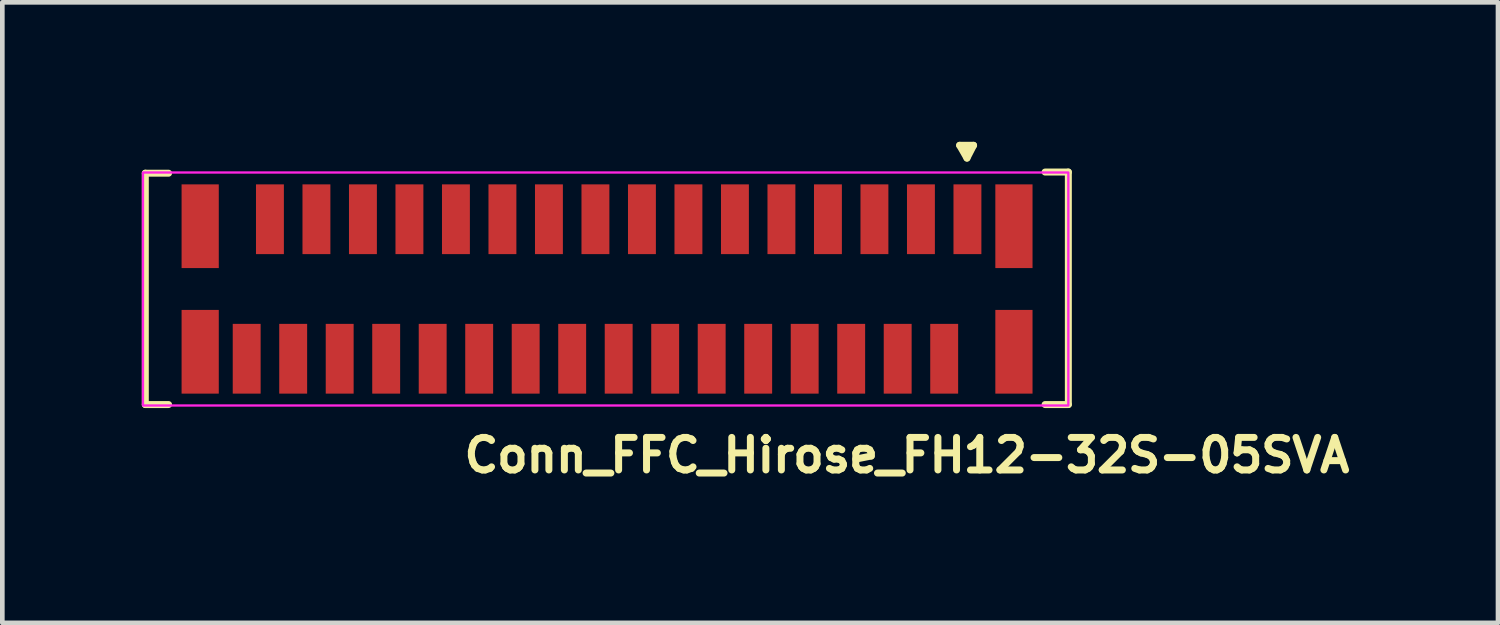
<source format=kicad_pcb>
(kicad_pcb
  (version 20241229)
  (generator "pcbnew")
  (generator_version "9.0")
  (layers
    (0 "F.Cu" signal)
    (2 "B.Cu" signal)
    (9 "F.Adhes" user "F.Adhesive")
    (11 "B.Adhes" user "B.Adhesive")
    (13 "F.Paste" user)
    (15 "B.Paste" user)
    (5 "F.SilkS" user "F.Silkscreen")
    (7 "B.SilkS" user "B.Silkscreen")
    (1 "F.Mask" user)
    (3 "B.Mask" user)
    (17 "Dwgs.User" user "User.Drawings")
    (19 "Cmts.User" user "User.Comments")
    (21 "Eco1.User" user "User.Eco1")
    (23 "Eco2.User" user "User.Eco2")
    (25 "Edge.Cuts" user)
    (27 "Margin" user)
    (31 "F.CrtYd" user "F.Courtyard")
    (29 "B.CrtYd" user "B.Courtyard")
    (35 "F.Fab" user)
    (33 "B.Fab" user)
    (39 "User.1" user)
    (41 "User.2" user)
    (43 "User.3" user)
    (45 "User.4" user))
  (footprint "Conn_FFC_Hirose_FH12-32S-05SVA"
    (layer "F.Cu")
    (at 9.975 3.15)
    (property "Reference" "Conn_FFC_Hirose_FH12-32S-05SVA" (at -3.12 4 0) (layer "F.SilkS") (effects (font (size 0.7 0.7) (thickness 0.15)) (justify left bottom)))
    (attr smd)
    (fp_line (start -9.9 -2.475) (end -9.9 2.5) (stroke (width 0.15) (type solid)) (layer "F.SilkS"))
    (fp_line (start -9.9 -2.475) (end -9.4 -2.475) (stroke (width 0.15) (type solid)) (layer "F.SilkS"))
    (fp_line (start -9.9 2.5) (end -9.4 2.5) (stroke (width 0.15) (type solid)) (layer "F.SilkS"))
    (fp_line (start 7.612 -3.075) (end 7.77 -2.8) (stroke (width 0.15) (type solid)) (layer "F.SilkS"))
    (fp_line (start 7.82 -2.975) (end 7.72 -2.975) (stroke (width 0.15) (type solid)) (layer "F.SilkS"))
    (fp_line (start 7.912 -3.075) (end 7.612 -3.075) (stroke (width 0.15) (type solid)) (layer "F.SilkS"))
    (fp_line (start 7.912 -3.075) (end 7.77 -2.8) (stroke (width 0.15) (type solid)) (layer "F.SilkS"))
    (fp_line (start 9.95 -2.5) (end 9.45 -2.5) (stroke (width 0.15) (type solid)) (layer "F.SilkS"))
    (fp_line (start 9.95 2.5) (end 9.45 2.5) (stroke (width 0.15) (type solid)) (layer "F.SilkS"))
    (fp_line (start 9.95 2.5) (end 9.95 -2.5) (stroke (width 0.15) (type solid)) (layer "F.SilkS"))
    (fp_circle (center 7.77 -2.975) (end 7.82 -2.975) (stroke (width 0.15) (type solid)) (fill yes) (layer "F.SilkS"))
    (fp_rect (start -9.95 -2.49) (end 9.95 2.52) (stroke (width 0.05) (type solid)) (fill no) (layer "F.CrtYd"))
    (fp_rect (start -9.7 -1.9) (end 9.7 1.9) (stroke (width 0.1) (type solid)) (fill no) (layer "User.5"))
    (fp_line (start -9.7 -1.25) (end -9.7 0.7) (stroke (width 0.02) (type solid)) (layer "User.9"))
    (fp_line (start -9.7 -1.25) (end -9.15 -1.25) (stroke (width 0.02) (type solid)) (layer "User.9"))
    (fp_line (start -9.7 0.7) (end -9.4 0.7) (stroke (width 0.02) (type solid)) (layer "User.9"))
    (fp_line (start -9.6 0.7) (end -9.6 1) (stroke (width 0.02) (type solid)) (layer "User.9"))
    (fp_line (start -9.4 -1) (end -9.15 -1) (stroke (width 0.02) (type solid)) (layer "User.9"))
    (fp_line (start -9.4 0.7) (end -9.4 -1) (stroke (width 0.02) (type solid)) (layer "User.9"))
    (fp_line (start -9.15 -1.25) (end -9.15 -1) (stroke (width 0.02) (type solid)) (layer "User.9"))
    (fp_line (start -9.15 -1.25) (end -9.1 -1.25) (stroke (width 0.02) (type solid)) (layer "User.9"))
    (fp_line (start -9.15 -1) (end -9.1 -1) (stroke (width 0.02) (type solid)) (layer "User.9"))
    (fp_line (start -9.1 -1.497) (end -8.95 -1.497) (stroke (width 0.02) (type solid)) (layer "User.9"))
    (fp_line (start -9.1 -1.416) (end -9.1 -1.497) (stroke (width 0.02) (type solid)) (layer "User.9"))
    (fp_line (start -9.1 -1.416) (end -9.1 -0.714) (stroke (width 0.02) (type solid)) (layer "User.9"))
    (fp_line (start -9.1 -0.714) (end -8.95 -0.065) (stroke (width 0.02) (type solid)) (layer "User.9"))
    (fp_line (start -9.1 -0.065) (end -9.1 -0.714) (stroke (width 0.02) (type solid)) (layer "User.9"))
    (fp_line (start -9.1 -0.065) (end -9.1 0.169) (stroke (width 0.02) (type solid)) (layer "User.9"))
    (fp_line (start -9.1 0.207) (end -9.1 0.169) (stroke (width 0.02) (type solid)) (layer "User.9"))
    (fp_line (start -9.1 0.207) (end -8.64 0.207) (stroke (width 0.02) (type solid)) (layer "User.9"))
    (fp_line (start -9.1 0.7) (end -9.4 0.7) (stroke (width 0.02) (type solid)) (layer "User.9"))
    (fp_line (start -9.1 0.7) (end -9.1 0.207) (stroke (width 0.02) (type solid)) (layer "User.9"))
    (fp_line (start -9.1 0.7) (end -8.86 0.7) (stroke (width 0.02) (type solid)) (layer "User.9"))
    (fp_line (start -8.95 -1.369) (end -8.95 -1.693) (stroke (width 0.02) (type solid)) (layer "User.9"))
    (fp_line (start -8.95 -1.09) (end -8.95 -1.369) (stroke (width 0.02) (type solid)) (layer "User.9"))
    (fp_line (start -8.95 -1.09) (end -8.95 -0.768) (stroke (width 0.02) (type solid)) (layer "User.9"))
    (fp_line (start -8.95 -0.768) (end -9.1 -1.416) (stroke (width 0.02) (type solid)) (layer "User.9"))
    (fp_line (start -8.95 -0.065) (end -9.1 -0.065) (stroke (width 0.02) (type solid)) (layer "User.9"))
    (fp_line (start -8.95 -0.065) (end -8.95 -0.768) (stroke (width 0.02) (type solid)) (layer "User.9"))
    (fp_line (start -8.86 0.7) (end -8.86 0.207) (stroke (width 0.02) (type solid)) (layer "User.9"))
    (fp_line (start -8.85 -1.8) (end -8.85 -1.9) (stroke (width 0.02) (type solid)) (layer "User.9"))
    (fp_line (start -8.85 -1.8) (end -8.85 -1.693) (stroke (width 0.02) (type solid)) (layer "User.9"))
    (fp_line (start -8.85 0.207) (end -8.85 0.35) (stroke (width 0.02) (type solid)) (layer "User.9"))
    (fp_line (start -8.85 0.35) (end -8.85 0.45) (stroke (width 0.02) (type solid)) (layer "User.9"))
    (fp_line (start -8.85 0.45) (end -8.85 1.8) (stroke (width 0.02) (type solid)) (layer "User.9"))
    (fp_line (start -8.85 0.45) (end -8.64 0.45) (stroke (width 0.02) (type solid)) (layer "User.9"))
    (fp_line (start -8.85 1) (end -9.6 1) (stroke (width 0.02) (type solid)) (layer "User.9"))
    (fp_line (start -8.85 1.9) (end -8.85 1.8) (stroke (width 0.02) (type solid)) (layer "User.9"))
    (fp_line (start -8.64 -1.9) (end -8.85 -1.9) (stroke (width 0.02) (type solid)) (layer "User.9"))
    (fp_line (start -8.64 -1.8) (end -8.64 -1.9) (stroke (width 0.02) (type solid)) (layer "User.9"))
    (fp_line (start -8.64 -1.693) (end -8.64 -1.8) (stroke (width 0.02) (type solid)) (layer "User.9"))
    (fp_line (start -8.64 0.17) (end -8.64 0.178) (stroke (width 0.02) (type solid)) (layer "User.9"))
    (fp_line (start -8.64 1.25) (end -8.64 0.178) (stroke (width 0.02) (type solid)) (layer "User.9"))
    (fp_line (start -8.64 1.8) (end -8.64 1.25) (stroke (width 0.02) (type solid)) (layer "User.9"))
    (fp_line (start -8.64 1.9) (end -8.85 1.9) (stroke (width 0.02) (type solid)) (layer "User.9"))
    (fp_line (start -8.64 1.9) (end -8.64 1.8) (stroke (width 0.02) (type solid)) (layer "User.9"))
    (fp_line (start -8.635 0.175) (end -8.64 0.178) (stroke (width 0.02) (type solid)) (layer "User.9"))
    (fp_line (start -8.635 0.175) (end -8.54 0.27) (stroke (width 0.02) (type solid)) (layer "User.9"))
    (fp_line (start -8.635 0.175) (end -8.39 0.175) (stroke (width 0.02) (type solid)) (layer "User.9"))
    (fp_line (start -8.54 0.27) (end -8.54 1.25) (stroke (width 0.02) (type solid)) (layer "User.9"))
    (fp_line (start -8.54 1.25) (end -8.64 1.25) (stroke (width 0.02) (type solid)) (layer "User.9"))
    (fp_line (start -8.54 1.25) (end 8.54 1.25) (stroke (width 0.02) (type solid)) (layer "User.9"))
    (fp_line (start -8.485 0.27) (end -8.54 0.27) (stroke (width 0.02) (type solid)) (layer "User.9"))
    (fp_line (start -8.485 0.27) (end -8.485 0.8) (stroke (width 0.02) (type solid)) (layer "User.9"))
    (fp_line (start -8.39 0.175) (end -8.485 0.27) (stroke (width 0.02) (type solid)) (layer "User.9"))
    (fp_line (start -8.39 0.175) (end -8.384 0.179) (stroke (width 0.02) (type solid)) (layer "User.9"))
    (fp_line (start -8.384 0.179) (end -8.378 0.182) (stroke (width 0.02) (type solid)) (layer "User.9"))
    (fp_line (start -8.378 0.182) (end -8.372 0.185) (stroke (width 0.02) (type solid)) (layer "User.9"))
    (fp_line (start -8.372 0.185) (end -8.365 0.189) (stroke (width 0.02) (type solid)) (layer "User.9"))
    (fp_line (start -8.365 0.189) (end -8.359 0.191) (stroke (width 0.02) (type solid)) (layer "User.9"))
    (fp_line (start -8.359 0.191) (end -8.353 0.194) (stroke (width 0.02) (type solid)) (layer "User.9"))
    (fp_line (start -8.353 0.194) (end -8.346 0.196) (stroke (width 0.02) (type solid)) (layer "User.9"))
    (fp_line (start -8.346 0.196) (end -8.34 0.198) (stroke (width 0.02) (type solid)) (layer "User.9"))
    (fp_line (start -8.34 0.198) (end -8.333 0.2) (stroke (width 0.02) (type solid)) (layer "User.9"))
    (fp_line (start -8.333 0.2) (end -8.326 0.202) (stroke (width 0.02) (type solid)) (layer "User.9"))
    (fp_line (start -8.326 0.202) (end -8.32 0.203) (stroke (width 0.02) (type solid)) (layer "User.9"))
    (fp_line (start -8.32 0.203) (end -8.313 0.205) (stroke (width 0.02) (type solid)) (layer "User.9"))
    (fp_line (start -8.313 0.205) (end -8.306 0.206) (stroke (width 0.02) (type solid)) (layer "User.9"))
    (fp_line (start -8.306 0.206) (end -8.299 0.206) (stroke (width 0.02) (type solid)) (layer "User.9"))
    (fp_line (start -8.299 0.206) (end -8.292 0.207) (stroke (width 0.02) (type solid)) (layer "User.9"))
    (fp_line (start -8.292 0.207) (end -8.285 0.207) (stroke (width 0.02) (type solid)) (layer "User.9"))
    (fp_line (start -8.285 0.207) (end -8.25 0.207) (stroke (width 0.02) (type solid)) (layer "User.9"))
    (fp_line (start -8.285 0.8) (end -8.285 0.207) (stroke (width 0.02) (type solid)) (layer "User.9"))
    (fp_line (start -8.25 -1.094) (end -8.25 -1.369) (stroke (width 0.02) (type solid)) (layer "User.9"))
    (fp_line (start -8.25 -1.094) (end -8.25 -1.019) (stroke (width 0.02) (type solid)) (layer "User.9"))
    (fp_line (start -8.25 0.3) (end -8.25 -1.019) (stroke (width 0.02) (type solid)) (layer "User.9"))
    (fp_line (start -8.25 0.3) (end -8.25 0.3) (stroke (width 0.02) (type solid)) (layer "User.9"))
    (fp_line (start -8.1 -1.693) (end -8.95 -1.693) (stroke (width 0.02) (type solid)) (layer "User.9"))
    (fp_line (start -8.1 -1.531) (end -8.1 -1.693) (stroke (width 0.02) (type solid)) (layer "User.9"))
    (fp_line (start -7.95 -1.659) (end -8.1 -1.659) (stroke (width 0.02) (type solid)) (layer "User.9"))
    (fp_line (start -7.95 -1.531) (end -7.95 -1.659) (stroke (width 0.02) (type solid)) (layer "User.9"))
    (fp_line (start -7.825 1.25) (end -7.825 1.35) (stroke (width 0.02) (type solid)) (layer "User.9"))
    (fp_line (start -7.825 1.45) (end -7.825 1.35) (stroke (width 0.02) (type solid)) (layer "User.9"))
    (fp_line (start -7.825 1.45) (end -7.825 1.55) (stroke (width 0.02) (type solid)) (layer "User.9"))
    (fp_line (start -7.825 1.55) (end -7.825 1.75) (stroke (width 0.02) (type solid)) (layer "User.9"))
    (fp_line (start -7.675 1.25) (end -7.675 1.35) (stroke (width 0.02) (type solid)) (layer "User.9"))
    (fp_line (start -7.675 1.45) (end -7.825 1.45) (stroke (width 0.02) (type solid)) (layer "User.9"))
    (fp_line (start -7.675 1.45) (end -7.825 1.45) (stroke (width 0.02) (type solid)) (layer "User.9"))
    (fp_line (start -7.675 1.45) (end -7.675 1.35) (stroke (width 0.02) (type solid)) (layer "User.9"))
    (fp_line (start -7.675 1.45) (end -7.675 1.55) (stroke (width 0.02) (type solid)) (layer "User.9"))
    (fp_line (start -7.675 1.55) (end -7.675 1.75) (stroke (width 0.02) (type solid)) (layer "User.9"))
    (fp_line (start -7.675 1.75) (end -7.825 1.75) (stroke (width 0.02) (type solid)) (layer "User.9"))
    (fp_line (start -7.325 -1.75) (end -7.325 -1.55) (stroke (width 0.02) (type solid)) (layer "User.9"))
    (fp_line (start -7.325 -1.75) (end -7.175 -1.75) (stroke (width 0.02) (type solid)) (layer "User.9"))
    (fp_line (start -7.325 -1.55) (end -7.325 -1.531) (stroke (width 0.02) (type solid)) (layer "User.9"))
    (fp_line (start -7.175 -1.75) (end -7.175 -1.55) (stroke (width 0.02) (type solid)) (layer "User.9"))
    (fp_line (start -7.175 -1.55) (end -7.175 -1.531) (stroke (width 0.02) (type solid)) (layer "User.9"))
    (fp_line (start -6.825 1.25) (end -6.825 1.35) (stroke (width 0.02) (type solid)) (layer "User.9"))
    (fp_line (start -6.825 1.45) (end -6.825 1.35) (stroke (width 0.02) (type solid)) (layer "User.9"))
    (fp_line (start -6.825 1.45) (end -6.825 1.55) (stroke (width 0.02) (type solid)) (layer "User.9"))
    (fp_line (start -6.825 1.55) (end -6.825 1.75) (stroke (width 0.02) (type solid)) (layer "User.9"))
    (fp_line (start -6.675 1.25) (end -6.675 1.35) (stroke (width 0.02) (type solid)) (layer "User.9"))
    (fp_line (start -6.675 1.45) (end -6.825 1.45) (stroke (width 0.02) (type solid)) (layer "User.9"))
    (fp_line (start -6.675 1.45) (end -6.675 1.35) (stroke (width 0.02) (type solid)) (layer "User.9"))
    (fp_line (start -6.675 1.45) (end -6.675 1.55) (stroke (width 0.02) (type solid)) (layer "User.9"))
    (fp_line (start -6.675 1.55) (end -6.675 1.75) (stroke (width 0.02) (type solid)) (layer "User.9"))
    (fp_line (start -6.675 1.75) (end -6.825 1.75) (stroke (width 0.02) (type solid)) (layer "User.9"))
    (fp_line (start -6.325 -1.75) (end -6.325 -1.55) (stroke (width 0.02) (type solid)) (layer "User.9"))
    (fp_line (start -6.325 -1.75) (end -6.175 -1.75) (stroke (width 0.02) (type solid)) (layer "User.9"))
    (fp_line (start -6.325 -1.55) (end -6.325 -1.531) (stroke (width 0.02) (type solid)) (layer "User.9"))
    (fp_line (start -6.175 -1.75) (end -6.175 -1.55) (stroke (width 0.02) (type solid)) (layer "User.9"))
    (fp_line (start -6.175 -1.55) (end -6.175 -1.531) (stroke (width 0.02) (type solid)) (layer "User.9"))
    (fp_line (start -5.825 1.25) (end -5.825 1.35) (stroke (width 0.02) (type solid)) (layer "User.9"))
    (fp_line (start -5.825 1.45) (end -5.825 1.35) (stroke (width 0.02) (type solid)) (layer "User.9"))
    (fp_line (start -5.825 1.45) (end -5.825 1.55) (stroke (width 0.02) (type solid)) (layer "User.9"))
    (fp_line (start -5.825 1.55) (end -5.825 1.75) (stroke (width 0.02) (type solid)) (layer "User.9"))
    (fp_line (start -5.675 1.25) (end -5.675 1.35) (stroke (width 0.02) (type solid)) (layer "User.9"))
    (fp_line (start -5.675 1.45) (end -5.825 1.45) (stroke (width 0.02) (type solid)) (layer "User.9"))
    (fp_line (start -5.675 1.45) (end -5.675 1.35) (stroke (width 0.02) (type solid)) (layer "User.9"))
    (fp_line (start -5.675 1.45) (end -5.675 1.55) (stroke (width 0.02) (type solid)) (layer "User.9"))
    (fp_line (start -5.675 1.55) (end -5.675 1.75) (stroke (width 0.02) (type solid)) (layer "User.9"))
    (fp_line (start -5.675 1.75) (end -5.825 1.75) (stroke (width 0.02) (type solid)) (layer "User.9"))
    (fp_line (start -5.325 -1.75) (end -5.325 -1.55) (stroke (width 0.02) (type solid)) (layer "User.9"))
    (fp_line (start -5.325 -1.75) (end -5.175 -1.75) (stroke (width 0.02) (type solid)) (layer "User.9"))
    (fp_line (start -5.325 -1.55) (end -5.325 -1.531) (stroke (width 0.02) (type solid)) (layer "User.9"))
    (fp_line (start -5.175 -1.75) (end -5.175 -1.55) (stroke (width 0.02) (type solid)) (layer "User.9"))
    (fp_line (start -5.175 -1.55) (end -5.175 -1.531) (stroke (width 0.02) (type solid)) (layer "User.9"))
    (fp_line (start -4.825 1.25) (end -4.825 1.35) (stroke (width 0.02) (type solid)) (layer "User.9"))
    (fp_line (start -4.825 1.45) (end -4.825 1.35) (stroke (width 0.02) (type solid)) (layer "User.9"))
    (fp_line (start -4.825 1.45) (end -4.825 1.55) (stroke (width 0.02) (type solid)) (layer "User.9"))
    (fp_line (start -4.825 1.55) (end -4.825 1.75) (stroke (width 0.02) (type solid)) (layer "User.9"))
    (fp_line (start -4.675 1.25) (end -4.675 1.35) (stroke (width 0.02) (type solid)) (layer "User.9"))
    (fp_line (start -4.675 1.45) (end -4.825 1.45) (stroke (width 0.02) (type solid)) (layer "User.9"))
    (fp_line (start -4.675 1.45) (end -4.675 1.35) (stroke (width 0.02) (type solid)) (layer "User.9"))
    (fp_line (start -4.675 1.45) (end -4.675 1.55) (stroke (width 0.02) (type solid)) (layer "User.9"))
    (fp_line (start -4.675 1.55) (end -4.675 1.75) (stroke (width 0.02) (type solid)) (layer "User.9"))
    (fp_line (start -4.675 1.75) (end -4.825 1.75) (stroke (width 0.02) (type solid)) (layer "User.9"))
    (fp_line (start -4.325 -1.75) (end -4.175 -1.75) (stroke (width 0.02) (type solid)) (layer "User.9"))
    (fp_line (start -4.325 -1.55) (end -4.325 -1.75) (stroke (width 0.02) (type solid)) (layer "User.9"))
    (fp_line (start -4.325 -1.55) (end -4.325 -1.531) (stroke (width 0.02) (type solid)) (layer "User.9"))
    (fp_line (start -4.175 -1.75) (end -4.175 -1.55) (stroke (width 0.02) (type solid)) (layer "User.9"))
    (fp_line (start -4.175 -1.55) (end -4.175 -1.531) (stroke (width 0.02) (type solid)) (layer "User.9"))
    (fp_line (start -4 -1.678) (end -4 -1.521) (stroke (width 0.02) (type solid)) (layer "User.9"))
    (fp_line (start -4 -1.678) (end 4 -1.678) (stroke (width 0.02) (type solid)) (layer "User.9"))
    (fp_line (start -4 -1.531) (end -8.1 -1.531) (stroke (width 0.02) (type solid)) (layer "User.9"))
    (fp_line (start -4 -1.521) (end 4 -1.521) (stroke (width 0.02) (type solid)) (layer "User.9"))
    (fp_line (start -4 -1.094) (end -8.25 -1.094) (stroke (width 0.02) (type solid)) (layer "User.9"))
    (fp_line (start -4 -1.094) (end -4 -1.521) (stroke (width 0.02) (type solid)) (layer "User.9"))
    (fp_line (start -4 -1.019) (end -8.25 -1.019) (stroke (width 0.02) (type solid)) (layer "User.9"))
    (fp_line (start -4 0.2) (end -4 -1.019) (stroke (width 0.02) (type solid)) (layer "User.9"))
    (fp_line (start -4 0.2) (end -4 0.3) (stroke (width 0.02) (type solid)) (layer "User.9"))
    (fp_line (start -3.825 1.25) (end -3.825 1.35) (stroke (width 0.02) (type solid)) (layer "User.9"))
    (fp_line (start -3.825 1.45) (end -3.825 1.35) (stroke (width 0.02) (type solid)) (layer "User.9"))
    (fp_line (start -3.825 1.45) (end -3.825 1.55) (stroke (width 0.02) (type solid)) (layer "User.9"))
    (fp_line (start -3.825 1.55) (end -3.825 1.75) (stroke (width 0.02) (type solid)) (layer "User.9"))
    (fp_line (start -3.675 1.25) (end -3.675 1.35) (stroke (width 0.02) (type solid)) (layer "User.9"))
    (fp_line (start -3.675 1.45) (end -3.825 1.45) (stroke (width 0.02) (type solid)) (layer "User.9"))
    (fp_line (start -3.675 1.45) (end -3.675 1.35) (stroke (width 0.02) (type solid)) (layer "User.9"))
    (fp_line (start -3.675 1.45) (end -3.675 1.55) (stroke (width 0.02) (type solid)) (layer "User.9"))
    (fp_line (start -3.675 1.55) (end -3.675 1.75) (stroke (width 0.02) (type solid)) (layer "User.9"))
    (fp_line (start -3.675 1.75) (end -3.825 1.75) (stroke (width 0.02) (type solid)) (layer "User.9"))
    (fp_line (start -3.325 -1.75) (end -3.325 -1.678) (stroke (width 0.02) (type solid)) (layer "User.9"))
    (fp_line (start -3.325 -1.75) (end -3.175 -1.75) (stroke (width 0.02) (type solid)) (layer "User.9"))
    (fp_line (start -3.175 -1.75) (end -3.175 -1.678) (stroke (width 0.02) (type solid)) (layer "User.9"))
    (fp_line (start -2.825 1.25) (end -2.825 1.35) (stroke (width 0.02) (type solid)) (layer "User.9"))
    (fp_line (start -2.825 1.45) (end -2.825 1.35) (stroke (width 0.02) (type solid)) (layer "User.9"))
    (fp_line (start -2.825 1.45) (end -2.825 1.55) (stroke (width 0.02) (type solid)) (layer "User.9"))
    (fp_line (start -2.825 1.55) (end -2.825 1.75) (stroke (width 0.02) (type solid)) (layer "User.9"))
    (fp_line (start -2.675 1.25) (end -2.675 1.35) (stroke (width 0.02) (type solid)) (layer "User.9"))
    (fp_line (start -2.675 1.45) (end -2.825 1.45) (stroke (width 0.02) (type solid)) (layer "User.9"))
    (fp_line (start -2.675 1.45) (end -2.675 1.35) (stroke (width 0.02) (type solid)) (layer "User.9"))
    (fp_line (start -2.675 1.45) (end -2.675 1.55) (stroke (width 0.02) (type solid)) (layer "User.9"))
    (fp_line (start -2.675 1.55) (end -2.675 1.75) (stroke (width 0.02) (type solid)) (layer "User.9"))
    (fp_line (start -2.675 1.75) (end -2.825 1.75) (stroke (width 0.02) (type solid)) (layer "User.9"))
    (fp_line (start -2.325 -1.75) (end -2.325 -1.678) (stroke (width 0.02) (type solid)) (layer "User.9"))
    (fp_line (start -2.325 -1.75) (end -2.175 -1.75) (stroke (width 0.02) (type solid)) (layer "User.9"))
    (fp_line (start -2.175 -1.75) (end -2.175 -1.678) (stroke (width 0.02) (type solid)) (layer "User.9"))
    (fp_line (start -1.825 1.25) (end -1.825 1.35) (stroke (width 0.02) (type solid)) (layer "User.9"))
    (fp_line (start -1.825 1.45) (end -1.825 1.35) (stroke (width 0.02) (type solid)) (layer "User.9"))
    (fp_line (start -1.825 1.45) (end -1.825 1.55) (stroke (width 0.02) (type solid)) (layer "User.9"))
    (fp_line (start -1.825 1.55) (end -1.825 1.75) (stroke (width 0.02) (type solid)) (layer "User.9"))
    (fp_line (start -1.675 1.25) (end -1.675 1.35) (stroke (width 0.02) (type solid)) (layer "User.9"))
    (fp_line (start -1.675 1.45) (end -1.825 1.45) (stroke (width 0.02) (type solid)) (layer "User.9"))
    (fp_line (start -1.675 1.45) (end -1.825 1.45) (stroke (width 0.02) (type solid)) (layer "User.9"))
    (fp_line (start -1.675 1.45) (end -1.675 1.35) (stroke (width 0.02) (type solid)) (layer "User.9"))
    (fp_line (start -1.675 1.45) (end -1.675 1.55) (stroke (width 0.02) (type solid)) (layer "User.9"))
    (fp_line (start -1.675 1.55) (end -1.675 1.75) (stroke (width 0.02) (type solid)) (layer "User.9"))
    (fp_line (start -1.675 1.75) (end -1.825 1.75) (stroke (width 0.02) (type solid)) (layer "User.9"))
    (fp_line (start -1.325 -1.75) (end -1.325 -1.678) (stroke (width 0.02) (type solid)) (layer "User.9"))
    (fp_line (start -1.325 -1.75) (end -1.175 -1.75) (stroke (width 0.02) (type solid)) (layer "User.9"))
    (fp_line (start -1.175 -1.75) (end -1.175 -1.678) (stroke (width 0.02) (type solid)) (layer "User.9"))
    (fp_line (start -0.825 1.25) (end -0.825 1.35) (stroke (width 0.02) (type solid)) (layer "User.9"))
    (fp_line (start -0.825 1.45) (end -0.825 1.35) (stroke (width 0.02) (type solid)) (layer "User.9"))
    (fp_line (start -0.825 1.45) (end -0.825 1.55) (stroke (width 0.02) (type solid)) (layer "User.9"))
    (fp_line (start -0.825 1.55) (end -0.825 1.75) (stroke (width 0.02) (type solid)) (layer "User.9"))
    (fp_line (start -0.675 1.25) (end -0.675 1.35) (stroke (width 0.02) (type solid)) (layer "User.9"))
    (fp_line (start -0.675 1.45) (end -0.825 1.45) (stroke (width 0.02) (type solid)) (layer "User.9"))
    (fp_line (start -0.675 1.45) (end -0.825 1.45) (stroke (width 0.02) (type solid)) (layer "User.9"))
    (fp_line (start -0.675 1.45) (end -0.675 1.35) (stroke (width 0.02) (type solid)) (layer "User.9"))
    (fp_line (start -0.675 1.45) (end -0.675 1.55) (stroke (width 0.02) (type solid)) (layer "User.9"))
    (fp_line (start -0.675 1.55) (end -0.675 1.75) (stroke (width 0.02) (type solid)) (layer "User.9"))
    (fp_line (start -0.675 1.75) (end -0.825 1.75) (stroke (width 0.02) (type solid)) (layer "User.9"))
    (fp_line (start -0.325 -1.75) (end -0.325 -1.678) (stroke (width 0.02) (type solid)) (layer "User.9"))
    (fp_line (start -0.325 -1.75) (end -0.175 -1.75) (stroke (width 0.02) (type solid)) (layer "User.9"))
    (fp_line (start -0.175 -1.75) (end -0.175 -1.678) (stroke (width 0.02) (type solid)) (layer "User.9"))
    (fp_line (start 0.175 1.25) (end 0.175 1.35) (stroke (width 0.02) (type solid)) (layer "User.9"))
    (fp_line (start 0.175 1.45) (end 0.175 1.35) (stroke (width 0.02) (type solid)) (layer "User.9"))
    (fp_line (start 0.175 1.45) (end 0.175 1.55) (stroke (width 0.02) (type solid)) (layer "User.9"))
    (fp_line (start 0.175 1.55) (end 0.175 1.75) (stroke (width 0.02) (type solid)) (layer "User.9"))
    (fp_line (start 0.325 1.25) (end 0.325 1.35) (stroke (width 0.02) (type solid)) (layer "User.9"))
    (fp_line (start 0.325 1.45) (end 0.175 1.45) (stroke (width 0.02) (type solid)) (layer "User.9"))
    (fp_line (start 0.325 1.45) (end 0.175 1.45) (stroke (width 0.02) (type solid)) (layer "User.9"))
    (fp_line (start 0.325 1.45) (end 0.325 1.35) (stroke (width 0.02) (type solid)) (layer "User.9"))
    (fp_line (start 0.325 1.45) (end 0.325 1.55) (stroke (width 0.02) (type solid)) (layer "User.9"))
    (fp_line (start 0.325 1.55) (end 0.325 1.75) (stroke (width 0.02) (type solid)) (layer "User.9"))
    (fp_line (start 0.325 1.75) (end 0.175 1.75) (stroke (width 0.02) (type solid)) (layer "User.9"))
    (fp_line (start 0.675 -1.75) (end 0.675 -1.678) (stroke (width 0.02) (type solid)) (layer "User.9"))
    (fp_line (start 0.675 -1.75) (end 0.825 -1.75) (stroke (width 0.02) (type solid)) (layer "User.9"))
    (fp_line (start 0.825 -1.75) (end 0.825 -1.678) (stroke (width 0.02) (type solid)) (layer "User.9"))
    (fp_line (start 1.175 1.25) (end 1.175 1.35) (stroke (width 0.02) (type solid)) (layer "User.9"))
    (fp_line (start 1.175 1.45) (end 1.175 1.35) (stroke (width 0.02) (type solid)) (layer "User.9"))
    (fp_line (start 1.175 1.45) (end 1.175 1.55) (stroke (width 0.02) (type solid)) (layer "User.9"))
    (fp_line (start 1.175 1.55) (end 1.175 1.75) (stroke (width 0.02) (type solid)) (layer "User.9"))
    (fp_line (start 1.325 1.25) (end 1.325 1.35) (stroke (width 0.02) (type solid)) (layer "User.9"))
    (fp_line (start 1.325 1.45) (end 1.175 1.45) (stroke (width 0.02) (type solid)) (layer "User.9"))
    (fp_line (start 1.325 1.45) (end 1.175 1.45) (stroke (width 0.02) (type solid)) (layer "User.9"))
    (fp_line (start 1.325 1.45) (end 1.325 1.35) (stroke (width 0.02) (type solid)) (layer "User.9"))
    (fp_line (start 1.325 1.45) (end 1.325 1.55) (stroke (width 0.02) (type solid)) (layer "User.9"))
    (fp_line (start 1.325 1.55) (end 1.325 1.75) (stroke (width 0.02) (type solid)) (layer "User.9"))
    (fp_line (start 1.325 1.75) (end 1.175 1.75) (stroke (width 0.02) (type solid)) (layer "User.9"))
    (fp_line (start 1.675 -1.75) (end 1.675 -1.678) (stroke (width 0.02) (type solid)) (layer "User.9"))
    (fp_line (start 1.675 -1.75) (end 1.825 -1.75) (stroke (width 0.02) (type solid)) (layer "User.9"))
    (fp_line (start 1.825 -1.75) (end 1.825 -1.678) (stroke (width 0.02) (type solid)) (layer "User.9"))
    (fp_line (start 2.175 1.25) (end 2.175 1.35) (stroke (width 0.02) (type solid)) (layer "User.9"))
    (fp_line (start 2.175 1.45) (end 2.175 1.35) (stroke (width 0.02) (type solid)) (layer "User.9"))
    (fp_line (start 2.175 1.45) (end 2.175 1.55) (stroke (width 0.02) (type solid)) (layer "User.9"))
    (fp_line (start 2.175 1.55) (end 2.175 1.75) (stroke (width 0.02) (type solid)) (layer "User.9"))
    (fp_line (start 2.325 1.25) (end 2.325 1.35) (stroke (width 0.02) (type solid)) (layer "User.9"))
    (fp_line (start 2.325 1.45) (end 2.175 1.45) (stroke (width 0.02) (type solid)) (layer "User.9"))
    (fp_line (start 2.325 1.45) (end 2.175 1.45) (stroke (width 0.02) (type solid)) (layer "User.9"))
    (fp_line (start 2.325 1.45) (end 2.325 1.35) (stroke (width 0.02) (type solid)) (layer "User.9"))
    (fp_line (start 2.325 1.45) (end 2.325 1.55) (stroke (width 0.02) (type solid)) (layer "User.9"))
    (fp_line (start 2.325 1.55) (end 2.325 1.75) (stroke (width 0.02) (type solid)) (layer "User.9"))
    (fp_line (start 2.325 1.75) (end 2.175 1.75) (stroke (width 0.02) (type solid)) (layer "User.9"))
    (fp_line (start 2.675 -1.75) (end 2.675 -1.678) (stroke (width 0.02) (type solid)) (layer "User.9"))
    (fp_line (start 2.675 -1.75) (end 2.825 -1.75) (stroke (width 0.02) (type solid)) (layer "User.9"))
    (fp_line (start 2.825 -1.75) (end 2.825 -1.678) (stroke (width 0.02) (type solid)) (layer "User.9"))
    (fp_line (start 3.175 1.25) (end 3.175 1.35) (stroke (width 0.02) (type solid)) (layer "User.9"))
    (fp_line (start 3.175 1.45) (end 3.175 1.35) (stroke (width 0.02) (type solid)) (layer "User.9"))
    (fp_line (start 3.175 1.45) (end 3.175 1.55) (stroke (width 0.02) (type solid)) (layer "User.9"))
    (fp_line (start 3.175 1.55) (end 3.175 1.75) (stroke (width 0.02) (type solid)) (layer "User.9"))
    (fp_line (start 3.325 1.25) (end 3.325 1.35) (stroke (width 0.02) (type solid)) (layer "User.9"))
    (fp_line (start 3.325 1.45) (end 3.175 1.45) (stroke (width 0.02) (type solid)) (layer "User.9"))
    (fp_line (start 3.325 1.45) (end 3.325 1.35) (stroke (width 0.02) (type solid)) (layer "User.9"))
    (fp_line (start 3.325 1.45) (end 3.325 1.55) (stroke (width 0.02) (type solid)) (layer "User.9"))
    (fp_line (start 3.325 1.55) (end 3.325 1.75) (stroke (width 0.02) (type solid)) (layer "User.9"))
    (fp_line (start 3.325 1.75) (end 3.175 1.75) (stroke (width 0.02) (type solid)) (layer "User.9"))
    (fp_line (start 3.675 -1.75) (end 3.675 -1.678) (stroke (width 0.02) (type solid)) (layer "User.9"))
    (fp_line (start 3.675 -1.75) (end 3.825 -1.75) (stroke (width 0.02) (type solid)) (layer "User.9"))
    (fp_line (start 3.825 -1.75) (end 3.825 -1.678) (stroke (width 0.02) (type solid)) (layer "User.9"))
    (fp_line (start 4 -1.678) (end 4 -1.521) (stroke (width 0.02) (type solid)) (layer "User.9"))
    (fp_line (start 4 -1.531) (end 8.1 -1.531) (stroke (width 0.02) (type solid)) (layer "User.9"))
    (fp_line (start 4 -1.521) (end 4 -1.094) (stroke (width 0.02) (type solid)) (layer "User.9"))
    (fp_line (start 4 -1.094) (end 8.25 -1.094) (stroke (width 0.02) (type solid)) (layer "User.9"))
    (fp_line (start 4 0.2) (end -4 0.2) (stroke (width 0.02) (type solid)) (layer "User.9"))
    (fp_line (start 4 0.2) (end 4 -1.019) (stroke (width 0.02) (type solid)) (layer "User.9"))
    (fp_line (start 4 0.2) (end 4 0.3) (stroke (width 0.02) (type solid)) (layer "User.9"))
    (fp_line (start 4 0.3) (end -4 0.3) (stroke (width 0.02) (type solid)) (layer "User.9"))
    (fp_line (start 4.175 1.25) (end 4.175 1.35) (stroke (width 0.02) (type solid)) (layer "User.9"))
    (fp_line (start 4.175 1.45) (end 4.175 1.35) (stroke (width 0.02) (type solid)) (layer "User.9"))
    (fp_line (start 4.175 1.45) (end 4.175 1.55) (stroke (width 0.02) (type solid)) (layer "User.9"))
    (fp_line (start 4.175 1.55) (end 4.175 1.75) (stroke (width 0.02) (type solid)) (layer "User.9"))
    (fp_line (start 4.325 1.25) (end 4.325 1.35) (stroke (width 0.02) (type solid)) (layer "User.9"))
    (fp_line (start 4.325 1.45) (end 4.175 1.45) (stroke (width 0.02) (type solid)) (layer "User.9"))
    (fp_line (start 4.325 1.45) (end 4.325 1.35) (stroke (width 0.02) (type solid)) (layer "User.9"))
    (fp_line (start 4.325 1.45) (end 4.325 1.55) (stroke (width 0.02) (type solid)) (layer "User.9"))
    (fp_line (start 4.325 1.55) (end 4.325 1.75) (stroke (width 0.02) (type solid)) (layer "User.9"))
    (fp_line (start 4.325 1.75) (end 4.175 1.75) (stroke (width 0.02) (type solid)) (layer "User.9"))
    (fp_line (start 4.675 -1.75) (end 4.675 -1.55) (stroke (width 0.02) (type solid)) (layer "User.9"))
    (fp_line (start 4.675 -1.75) (end 4.825 -1.75) (stroke (width 0.02) (type solid)) (layer "User.9"))
    (fp_line (start 4.675 -1.55) (end 4.675 -1.531) (stroke (width 0.02) (type solid)) (layer "User.9"))
    (fp_line (start 4.825 -1.75) (end 4.825 -1.55) (stroke (width 0.02) (type solid)) (layer "User.9"))
    (fp_line (start 4.825 -1.55) (end 4.825 -1.531) (stroke (width 0.02) (type solid)) (layer "User.9"))
    (fp_line (start 5.175 1.25) (end 5.175 1.35) (stroke (width 0.02) (type solid)) (layer "User.9"))
    (fp_line (start 5.175 1.45) (end 5.175 1.35) (stroke (width 0.02) (type solid)) (layer "User.9"))
    (fp_line (start 5.175 1.45) (end 5.175 1.55) (stroke (width 0.02) (type solid)) (layer "User.9"))
    (fp_line (start 5.175 1.55) (end 5.175 1.75) (stroke (width 0.02) (type solid)) (layer "User.9"))
    (fp_line (start 5.325 1.25) (end 5.325 1.35) (stroke (width 0.02) (type solid)) (layer "User.9"))
    (fp_line (start 5.325 1.45) (end 5.175 1.45) (stroke (width 0.02) (type solid)) (layer "User.9"))
    (fp_line (start 5.325 1.45) (end 5.325 1.35) (stroke (width 0.02) (type solid)) (layer "User.9"))
    (fp_line (start 5.325 1.45) (end 5.325 1.55) (stroke (width 0.02) (type solid)) (layer "User.9"))
    (fp_line (start 5.325 1.55) (end 5.325 1.75) (stroke (width 0.02) (type solid)) (layer "User.9"))
    (fp_line (start 5.325 1.75) (end 5.175 1.75) (stroke (width 0.02) (type solid)) (layer "User.9"))
    (fp_line (start 5.675 -1.75) (end 5.675 -1.55) (stroke (width 0.02) (type solid)) (layer "User.9"))
    (fp_line (start 5.675 -1.75) (end 5.825 -1.75) (stroke (width 0.02) (type solid)) (layer "User.9"))
    (fp_line (start 5.675 -1.55) (end 5.675 -1.531) (stroke (width 0.02) (type solid)) (layer "User.9"))
    (fp_line (start 5.825 -1.75) (end 5.825 -1.55) (stroke (width 0.02) (type solid)) (layer "User.9"))
    (fp_line (start 5.825 -1.55) (end 5.825 -1.531) (stroke (width 0.02) (type solid)) (layer "User.9"))
    (fp_line (start 6.175 1.25) (end 6.175 1.35) (stroke (width 0.02) (type solid)) (layer "User.9"))
    (fp_line (start 6.175 1.45) (end 6.175 1.35) (stroke (width 0.02) (type solid)) (layer "User.9"))
    (fp_line (start 6.175 1.45) (end 6.175 1.55) (stroke (width 0.02) (type solid)) (layer "User.9"))
    (fp_line (start 6.175 1.55) (end 6.175 1.75) (stroke (width 0.02) (type solid)) (layer "User.9"))
    (fp_line (start 6.325 1.25) (end 6.325 1.35) (stroke (width 0.02) (type solid)) (layer "User.9"))
    (fp_line (start 6.325 1.45) (end 6.175 1.45) (stroke (width 0.02) (type solid)) (layer "User.9"))
    (fp_line (start 6.325 1.45) (end 6.325 1.35) (stroke (width 0.02) (type solid)) (layer "User.9"))
    (fp_line (start 6.325 1.45) (end 6.325 1.55) (stroke (width 0.02) (type solid)) (layer "User.9"))
    (fp_line (start 6.325 1.55) (end 6.325 1.75) (stroke (width 0.02) (type solid)) (layer "User.9"))
    (fp_line (start 6.325 1.75) (end 6.175 1.75) (stroke (width 0.02) (type solid)) (layer "User.9"))
    (fp_line (start 6.675 -1.75) (end 6.825 -1.75) (stroke (width 0.02) (type solid)) (layer "User.9"))
    (fp_line (start 6.675 -1.55) (end 6.675 -1.75) (stroke (width 0.02) (type solid)) (layer "User.9"))
    (fp_line (start 6.675 -1.55) (end 6.675 -1.531) (stroke (width 0.02) (type solid)) (layer "User.9"))
    (fp_line (start 6.825 -1.75) (end 6.825 -1.55) (stroke (width 0.02) (type solid)) (layer "User.9"))
    (fp_line (start 6.825 -1.55) (end 6.825 -1.531) (stroke (width 0.02) (type solid)) (layer "User.9"))
    (fp_line (start 7.175 1.25) (end 7.175 1.35) (stroke (width 0.02) (type solid)) (layer "User.9"))
    (fp_line (start 7.175 1.45) (end 7.175 1.35) (stroke (width 0.02) (type solid)) (layer "User.9"))
    (fp_line (start 7.175 1.45) (end 7.175 1.55) (stroke (width 0.02) (type solid)) (layer "User.9"))
    (fp_line (start 7.175 1.55) (end 7.175 1.75) (stroke (width 0.02) (type solid)) (layer "User.9"))
    (fp_line (start 7.325 1.25) (end 7.325 1.35) (stroke (width 0.02) (type solid)) (layer "User.9"))
    (fp_line (start 7.325 1.45) (end 7.175 1.45) (stroke (width 0.02) (type solid)) (layer "User.9"))
    (fp_line (start 7.325 1.45) (end 7.325 1.35) (stroke (width 0.02) (type solid)) (layer "User.9"))
    (fp_line (start 7.325 1.45) (end 7.325 1.55) (stroke (width 0.02) (type solid)) (layer "User.9"))
    (fp_line (start 7.325 1.55) (end 7.325 1.75) (stroke (width 0.02) (type solid)) (layer "User.9"))
    (fp_line (start 7.325 1.75) (end 7.175 1.75) (stroke (width 0.02) (type solid)) (layer "User.9"))
    (fp_line (start 7.675 -1.75) (end 7.675 -1.55) (stroke (width 0.02) (type solid)) (layer "User.9"))
    (fp_line (start 7.675 -1.75) (end 7.825 -1.75) (stroke (width 0.02) (type solid)) (layer "User.9"))
    (fp_line (start 7.675 -1.55) (end 7.675 -1.531) (stroke (width 0.02) (type solid)) (layer "User.9"))
    (fp_line (start 7.825 -1.75) (end 7.825 -1.55) (stroke (width 0.02) (type solid)) (layer "User.9"))
    (fp_line (start 7.825 -1.55) (end 7.825 -1.531) (stroke (width 0.02) (type solid)) (layer "User.9"))
    (fp_line (start 7.95 -1.659) (end 8.1 -1.659) (stroke (width 0.02) (type solid)) (layer "User.9"))
    (fp_line (start 7.95 -1.531) (end 7.95 -1.659) (stroke (width 0.02) (type solid)) (layer "User.9"))
    (fp_line (start 8.1 -1.693) (end 8.95 -1.693) (stroke (width 0.02) (type solid)) (layer "User.9"))
    (fp_line (start 8.1 -1.531) (end 8.1 -1.693) (stroke (width 0.02) (type solid)) (layer "User.9"))
    (fp_line (start 8.25 -1.369) (end 8.25 -1.094) (stroke (width 0.02) (type solid)) (layer "User.9"))
    (fp_line (start 8.25 -1.019) (end 4 -1.019) (stroke (width 0.02) (type solid)) (layer "User.9"))
    (fp_line (start 8.25 -1.019) (end 8.25 -1.094) (stroke (width 0.02) (type solid)) (layer "User.9"))
    (fp_line (start 8.25 -1.019) (end 8.25 0.3) (stroke (width 0.02) (type solid)) (layer "User.9"))
    (fp_line (start 8.25 0.3) (end -8.25 0.3) (stroke (width 0.02) (type solid)) (layer "User.9"))
    (fp_line (start 8.25 0.3) (end -8.25 0.3) (stroke (width 0.02) (type solid)) (layer "User.9"))
    (fp_line (start 8.25 0.3) (end 8.25 0.3) (stroke (width 0.02) (type solid)) (layer "User.9"))
    (fp_line (start 8.285 0.207) (end 8.25 0.207) (stroke (width 0.02) (type solid)) (layer "User.9"))
    (fp_line (start 8.285 0.35) (end -8.285 0.35) (stroke (width 0.02) (type solid)) (layer "User.9"))
    (fp_line (start 8.285 0.7) (end -8.285 0.7) (stroke (width 0.02) (type solid)) (layer "User.9"))
    (fp_line (start 8.285 0.8) (end 8.285 0.207) (stroke (width 0.02) (type solid)) (layer "User.9"))
    (fp_line (start 8.292 0.207) (end 8.285 0.207) (stroke (width 0.02) (type solid)) (layer "User.9"))
    (fp_line (start 8.299 0.206) (end 8.292 0.207) (stroke (width 0.02) (type solid)) (layer "User.9"))
    (fp_line (start 8.306 0.206) (end 8.299 0.206) (stroke (width 0.02) (type solid)) (layer "User.9"))
    (fp_line (start 8.313 0.205) (end 8.306 0.206) (stroke (width 0.02) (type solid)) (layer "User.9"))
    (fp_line (start 8.32 0.203) (end 8.313 0.205) (stroke (width 0.02) (type solid)) (layer "User.9"))
    (fp_line (start 8.326 0.202) (end 8.32 0.203) (stroke (width 0.02) (type solid)) (layer "User.9"))
    (fp_line (start 8.333 0.2) (end 8.326 0.202) (stroke (width 0.02) (type solid)) (layer "User.9"))
    (fp_line (start 8.34 0.198) (end 8.333 0.2) (stroke (width 0.02) (type solid)) (layer "User.9"))
    (fp_line (start 8.346 0.196) (end 8.34 0.198) (stroke (width 0.02) (type solid)) (layer "User.9"))
    (fp_line (start 8.353 0.194) (end 8.346 0.196) (stroke (width 0.02) (type solid)) (layer "User.9"))
    (fp_line (start 8.359 0.191) (end 8.353 0.194) (stroke (width 0.02) (type solid)) (layer "User.9"))
    (fp_line (start 8.365 0.189) (end 8.359 0.191) (stroke (width 0.02) (type solid)) (layer "User.9"))
    (fp_line (start 8.372 0.185) (end 8.365 0.189) (stroke (width 0.02) (type solid)) (layer "User.9"))
    (fp_line (start 8.378 0.182) (end 8.372 0.185) (stroke (width 0.02) (type solid)) (layer "User.9"))
    (fp_line (start 8.384 0.179) (end 8.378 0.182) (stroke (width 0.02) (type solid)) (layer "User.9"))
    (fp_line (start 8.39 0.175) (end 8.384 0.179) (stroke (width 0.02) (type solid)) (layer "User.9"))
    (fp_line (start 8.39 0.175) (end 8.485 0.27) (stroke (width 0.02) (type solid)) (layer "User.9"))
    (fp_line (start 8.485 0.27) (end 8.485 0.8) (stroke (width 0.02) (type solid)) (layer "User.9"))
    (fp_line (start 8.485 0.27) (end 8.54 0.27) (stroke (width 0.02) (type solid)) (layer "User.9"))
    (fp_line (start 8.485 0.8) (end -8.485 0.8) (stroke (width 0.02) (type solid)) (layer "User.9"))
    (fp_line (start 8.54 0.27) (end 8.54 1.25) (stroke (width 0.02) (type solid)) (layer "User.9"))
    (fp_line (start 8.54 1.25) (end 8.64 1.25) (stroke (width 0.02) (type solid)) (layer "User.9"))
    (fp_line (start 8.635 0.175) (end 8.39 0.175) (stroke (width 0.02) (type solid)) (layer "User.9"))
    (fp_line (start 8.635 0.175) (end 8.54 0.27) (stroke (width 0.02) (type solid)) (layer "User.9"))
    (fp_line (start 8.635 0.175) (end 8.64 0.178) (stroke (width 0.02) (type solid)) (layer "User.9"))
    (fp_line (start 8.64 -1.8) (end 8.64 -1.9) (stroke (width 0.02) (type solid)) (layer "User.9"))
    (fp_line (start 8.64 -1.8) (end 8.64 -1.693) (stroke (width 0.02) (type solid)) (layer "User.9"))
    (fp_line (start 8.64 1.25) (end 8.64 0.178) (stroke (width 0.02) (type solid)) (layer "User.9"))
    (fp_line (start 8.64 1.25) (end 8.64 1.8) (stroke (width 0.02) (type solid)) (layer "User.9"))
    (fp_line (start 8.64 1.9) (end 8.64 1.8) (stroke (width 0.02) (type solid)) (layer "User.9"))
    (fp_line (start 8.85 -1.9) (end 8.64 -1.9) (stroke (width 0.02) (type solid)) (layer "User.9"))
    (fp_line (start 8.85 -1.9) (end 8.65 -1.9) (stroke (width 0.02) (type solid)) (layer "User.9"))
    (fp_line (start 8.85 -1.8) (end 8.85 -1.9) (stroke (width 0.02) (type solid)) (layer "User.9"))
    (fp_line (start 8.85 -1.8) (end 8.85 -1.693) (stroke (width 0.02) (type solid)) (layer "User.9"))
    (fp_line (start 8.85 0.207) (end 8.85 0.35) (stroke (width 0.02) (type solid)) (layer "User.9"))
    (fp_line (start 8.85 0.35) (end 8.85 0.45) (stroke (width 0.02) (type solid)) (layer "User.9"))
    (fp_line (start 8.85 0.45) (end 8.64 0.45) (stroke (width 0.02) (type solid)) (layer "User.9"))
    (fp_line (start 8.85 0.45) (end 8.85 1.8) (stroke (width 0.02) (type solid)) (layer "User.9"))
    (fp_line (start 8.85 1) (end 9.6 1) (stroke (width 0.02) (type solid)) (layer "User.9"))
    (fp_line (start 8.85 1.9) (end 8.64 1.9) (stroke (width 0.02) (type solid)) (layer "User.9"))
    (fp_line (start 8.85 1.9) (end 8.85 1.8) (stroke (width 0.02) (type solid)) (layer "User.9"))
    (fp_line (start 8.86 0.7) (end 8.86 0.207) (stroke (width 0.02) (type solid)) (layer "User.9"))
    (fp_line (start 8.95 -1.369) (end 8.95 -1.693) (stroke (width 0.02) (type solid)) (layer "User.9"))
    (fp_line (start 8.95 -1.09) (end 8.95 -1.369) (stroke (width 0.02) (type solid)) (layer "User.9"))
    (fp_line (start 8.95 -1.09) (end 8.95 -0.768) (stroke (width 0.02) (type solid)) (layer "User.9"))
    (fp_line (start 8.95 -0.768) (end 9.1 -1.416) (stroke (width 0.02) (type solid)) (layer "User.9"))
    (fp_line (start 8.95 -0.065) (end 8.95 -0.768) (stroke (width 0.02) (type solid)) (layer "User.9"))
    (fp_line (start 8.95 -0.065) (end 9.1 -0.065) (stroke (width 0.02) (type solid)) (layer "User.9"))
    (fp_line (start 9.1 -1.497) (end 8.95 -1.497) (stroke (width 0.02) (type solid)) (layer "User.9"))
    (fp_line (start 9.1 -1.416) (end 9.1 -1.497) (stroke (width 0.02) (type solid)) (layer "User.9"))
    (fp_line (start 9.1 -1.416) (end 9.1 -0.714) (stroke (width 0.02) (type solid)) (layer "User.9"))
    (fp_line (start 9.1 -0.714) (end 8.95 -0.065) (stroke (width 0.02) (type solid)) (layer "User.9"))
    (fp_line (start 9.1 -0.065) (end 9.1 -0.714) (stroke (width 0.02) (type solid)) (layer "User.9"))
    (fp_line (start 9.1 -0.065) (end 9.1 0.169) (stroke (width 0.02) (type solid)) (layer "User.9"))
    (fp_line (start 9.1 0.207) (end 8.64 0.207) (stroke (width 0.02) (type solid)) (layer "User.9"))
    (fp_line (start 9.1 0.207) (end 9.1 0.169) (stroke (width 0.02) (type solid)) (layer "User.9"))
    (fp_line (start 9.1 0.7) (end 8.86 0.7) (stroke (width 0.02) (type solid)) (layer "User.9"))
    (fp_line (start 9.1 0.7) (end 9.1 0.207) (stroke (width 0.02) (type solid)) (layer "User.9"))
    (fp_line (start 9.1 0.7) (end 9.4 0.7) (stroke (width 0.02) (type solid)) (layer "User.9"))
    (fp_line (start 9.15 -1.25) (end 9.1 -1.25) (stroke (width 0.02) (type solid)) (layer "User.9"))
    (fp_line (start 9.15 -1.25) (end 9.15 -1) (stroke (width 0.02) (type solid)) (layer "User.9"))
    (fp_line (start 9.15 -1) (end 9.1 -1) (stroke (width 0.02) (type solid)) (layer "User.9"))
    (fp_line (start 9.4 -1) (end 9.15 -1) (stroke (width 0.02) (type solid)) (layer "User.9"))
    (fp_line (start 9.4 0.7) (end 9.4 -1) (stroke (width 0.02) (type solid)) (layer "User.9"))
    (fp_line (start 9.6 0.7) (end 9.6 1) (stroke (width 0.02) (type solid)) (layer "User.9"))
    (fp_line (start 9.7 -1.25) (end 9.15 -1.25) (stroke (width 0.02) (type solid)) (layer "User.9"))
    (fp_line (start 9.7 -1.25) (end 9.7 0.7) (stroke (width 0.02) (type solid)) (layer "User.9"))
    (fp_line (start 9.7 0.7) (end 9.4 0.7) (stroke (width 0.02) (type solid)) (layer "User.9"))
    (pad "1" smd rect (at 7.78 -1.485 180) (size 0.6 1.5) (layers "F.Cu" "F.Mask" "F.Paste"))
    (pad "2" smd rect (at 7.28 1.515 180) (size 0.6 1.5) (layers "F.Cu" "F.Mask" "F.Paste"))
    (pad "3" smd rect (at 6.78 -1.485 180) (size 0.6 1.5) (layers "F.Cu" "F.Mask" "F.Paste"))
    (pad "4" smd rect (at 6.28 1.515 180) (size 0.6 1.5) (layers "F.Cu" "F.Mask" "F.Paste"))
    (pad "5" smd rect (at 5.78 -1.485 180) (size 0.6 1.5) (layers "F.Cu" "F.Mask" "F.Paste"))
    (pad "6" smd rect (at 5.28 1.515 180) (size 0.6 1.5) (layers "F.Cu" "F.Mask" "F.Paste"))
    (pad "7" smd rect (at 4.78 -1.485 180) (size 0.6 1.5) (layers "F.Cu" "F.Mask" "F.Paste"))
    (pad "8" smd rect (at 4.28 1.515 180) (size 0.6 1.5) (layers "F.Cu" "F.Mask" "F.Paste"))
    (pad "9" smd rect (at 3.78 -1.485 180) (size 0.6 1.5) (layers "F.Cu" "F.Mask" "F.Paste"))
    (pad "10" smd rect (at 3.28 1.515 180) (size 0.6 1.5) (layers "F.Cu" "F.Mask" "F.Paste"))
    (pad "11" smd rect (at 2.78 -1.485 180) (size 0.6 1.5) (layers "F.Cu" "F.Mask" "F.Paste"))
    (pad "12" smd rect (at 2.28 1.515 180) (size 0.6 1.5) (layers "F.Cu" "F.Mask" "F.Paste"))
    (pad "13" smd rect (at 1.78 -1.485 180) (size 0.6 1.5) (layers "F.Cu" "F.Mask" "F.Paste"))
    (pad "14" smd rect (at 1.28 1.515 180) (size 0.6 1.5) (layers "F.Cu" "F.Mask" "F.Paste"))
    (pad "15" smd rect (at 0.78 -1.485 180) (size 0.6 1.5) (layers "F.Cu" "F.Mask" "F.Paste"))
    (pad "16" smd rect (at 0.28 1.515 180) (size 0.6 1.5) (layers "F.Cu" "F.Mask" "F.Paste"))
    (pad "17" smd rect (at -0.22 -1.485 180) (size 0.6 1.5) (layers "F.Cu" "F.Mask" "F.Paste"))
    (pad "18" smd rect (at -0.72 1.515 180) (size 0.6 1.5) (layers "F.Cu" "F.Mask" "F.Paste"))
    (pad "19" smd rect (at -1.22 -1.485 180) (size 0.6 1.5) (layers "F.Cu" "F.Mask" "F.Paste"))
    (pad "20" smd rect (at -1.72 1.515 180) (size 0.6 1.5) (layers "F.Cu" "F.Mask" "F.Paste"))
    (pad "21" smd rect (at -2.22 -1.485 180) (size 0.6 1.5) (layers "F.Cu" "F.Mask" "F.Paste"))
    (pad "22" smd rect (at -2.72 1.515 180) (size 0.6 1.5) (layers "F.Cu" "F.Mask" "F.Paste"))
    (pad "23" smd rect (at -3.22 -1.485 180) (size 0.6 1.5) (layers "F.Cu" "F.Mask" "F.Paste"))
    (pad "24" smd rect (at -3.72 1.515 180) (size 0.6 1.5) (layers "F.Cu" "F.Mask" "F.Paste"))
    (pad "25" smd rect (at -4.22 -1.485 180) (size 0.6 1.5) (layers "F.Cu" "F.Mask" "F.Paste"))
    (pad "26" smd rect (at -4.72 1.515 180) (size 0.6 1.5) (layers "F.Cu" "F.Mask" "F.Paste"))
    (pad "27" smd rect (at -5.22 -1.485 180) (size 0.6 1.5) (layers "F.Cu" "F.Mask" "F.Paste"))
    (pad "28" smd rect (at -5.72 1.515 180) (size 0.6 1.5) (layers "F.Cu" "F.Mask" "F.Paste"))
    (pad "29" smd rect (at -6.22 -1.485 180) (size 0.6 1.5) (layers "F.Cu" "F.Mask" "F.Paste"))
    (pad "30" smd rect (at -6.72 1.515 180) (size 0.6 1.5) (layers "F.Cu" "F.Mask" "F.Paste"))
    (pad "31" smd rect (at -7.22 -1.485 180) (size 0.6 1.5) (layers "F.Cu" "F.Mask" "F.Paste"))
    (pad "32" smd rect (at -7.72 1.515 180) (size 0.6 1.5) (layers "F.Cu" "F.Mask" "F.Paste"))
    (pad "MP" smd rect (at -8.72 -1.335 180) (size 0.8 1.8) (layers "F.Cu" "F.Mask" "F.Paste"))
    (pad "MP" smd rect (at -8.72 1.365 180) (size 0.8 1.8) (layers "F.Cu" "F.Mask" "F.Paste"))
    (pad "MP" smd rect (at 8.78 -1.335 180) (size 0.8 1.8) (layers "F.Cu" "F.Mask" "F.Paste"))
    (pad "MP" smd rect (at 8.78 1.365 180) (size 0.8 1.8) (layers "F.Cu" "F.Mask" "F.Paste")))
  (gr_rect
    (start -3 -3)
    (end 29.165 10.345)
    (stroke (width 0.1) (type default))
    (fill no)
    (layer "Edge.Cuts")))
</source>
